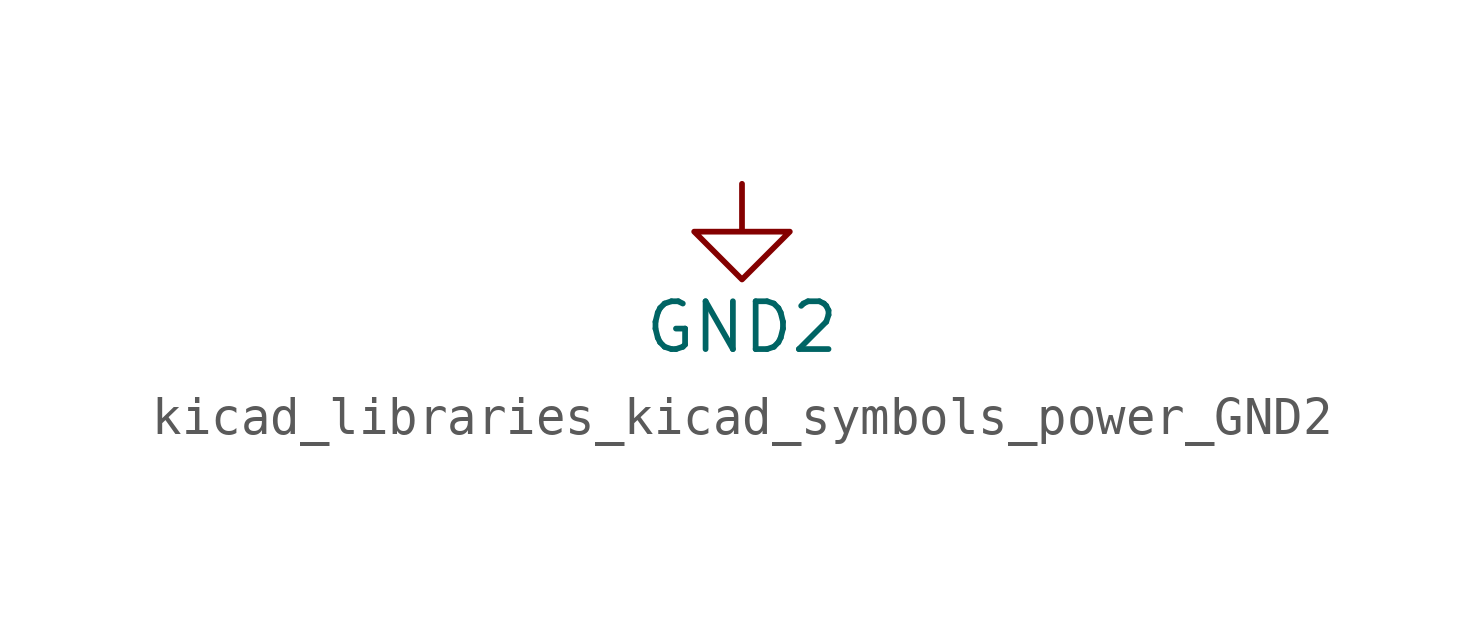
<source format=kicad_sym>
(kicad_symbol_lib
  (version 20220914)
  (generator kicad_symbol_editor)
  (symbol "kicad_libraries_kicad_symbols_power_GND2"
    (power)
    (pin_names
      (offset 0))
    (property "Reference" "#PWR"
      (at 0 -6.35 0)
      (effects (font (size 1.27 1.27)) hide))
    (property "Value" "GND2"
      (at 0 -3.81 0)
      (effects (font (size 1.27 1.27))))
    (symbol "kicad_libraries_kicad_symbols_power_GND2_0_1"
      (polyline (pts (xy 0 0) (xy 0 -1.27) (xy 1.27 -1.27) (xy 0 -2.54) (xy -1.27 -1.27) (xy 0 -1.27)) (stroke (width 0) (type default)) (fill (type none))))
    (symbol "kicad_libraries_kicad_symbols_power_GND2_1_1"
      (pin power_in line (at 0 0 270) (length 0) hide (name "GND2" (effects (font (size 1.27 1.27)))) (number "1" (effects (font (size 1.27 1.27))))))))
</source>
